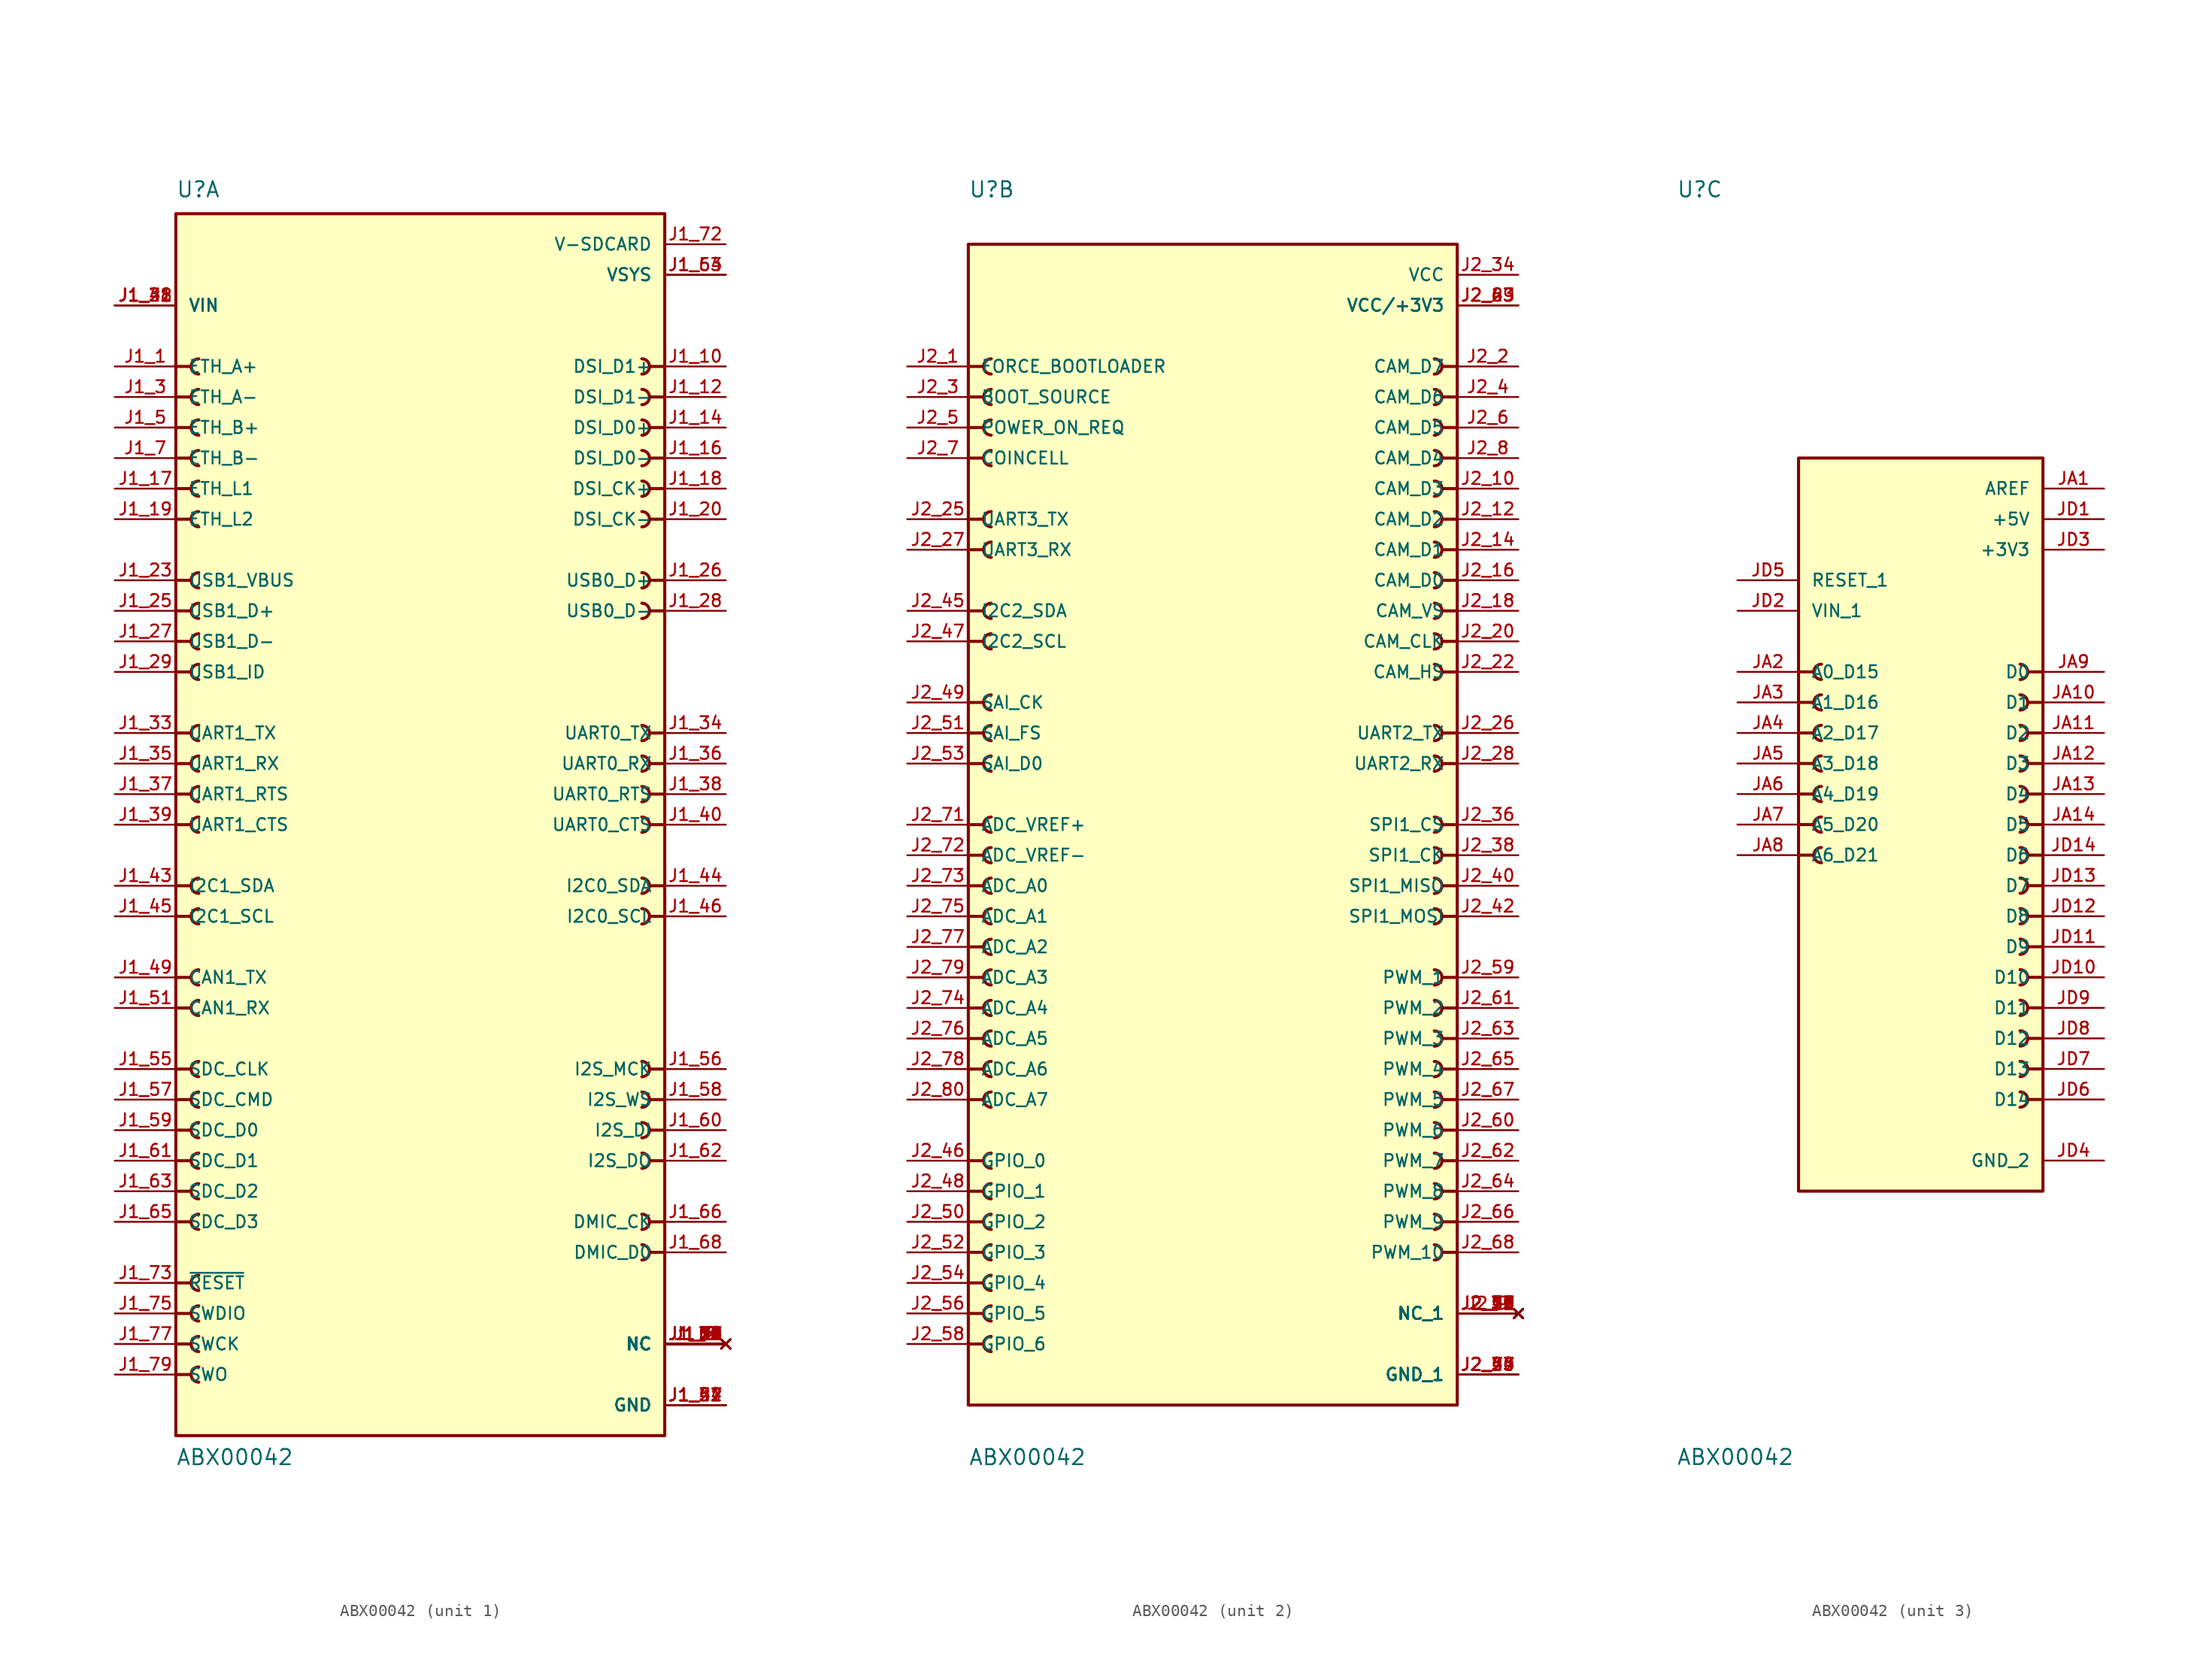
<source format=kicad_sym>
(kicad_symbol_lib
  (version 20211014)
  (generator kicad_symbol_editor)
  (symbol "ABX00042"
    (pin_names
      (offset 1.016))
    (property "Reference" "U"
      (at -20.32 52.07 0)
      (effects (font (size 1.27 1.27)) (justify bottom left)))
    (property "Value" "ABX00042"
      (at -20.32 -53.34 0)
      (effects (font (size 1.27 1.27)) (justify bottom left)))
    (symbol "ABX00042_1_0"
      (polyline (pts (xy 20.32 38.1) (xy 19.05 38.1)) (stroke (width 0.254)))
      (arc (start 18.415 37.465) (mid 19.05 38.1) (end 18.415 38.735) (stroke (width 0.254) (type default) (color 0 0 0 0)) (fill (type none)))
      (polyline (pts (xy 20.32 35.56) (xy 19.05 35.56)) (stroke (width 0.254)))
      (arc (start 18.415 34.925) (mid 19.05 35.56) (end 18.415 36.195) (stroke (width 0.254) (type default) (color 0 0 0 0)) (fill (type none)))
      (polyline (pts (xy 20.32 33.02) (xy 19.05 33.02)) (stroke (width 0.254)))
      (arc (start 18.415 32.385) (mid 19.05 33.02) (end 18.415 33.655) (stroke (width 0.254) (type default) (color 0 0 0 0)) (fill (type none)))
      (polyline (pts (xy 20.32 30.48) (xy 19.05 30.48)) (stroke (width 0.254)))
      (arc (start 18.415 29.845) (mid 19.05 30.48) (end 18.415 31.115) (stroke (width 0.254) (type default) (color 0 0 0 0)) (fill (type none)))
      (polyline (pts (xy 20.32 27.94) (xy 19.05 27.94)) (stroke (width 0.254)))
      (arc (start 18.415 27.305) (mid 19.05 27.94) (end 18.415 28.575) (stroke (width 0.254) (type default) (color 0 0 0 0)) (fill (type none)))
      (polyline (pts (xy 20.32 25.4) (xy 19.05 25.4)) (stroke (width 0.254)))
      (arc (start 18.415 24.765) (mid 19.05 25.4) (end 18.415 26.035) (stroke (width 0.254) (type default) (color 0 0 0 0)) (fill (type none)))
      (polyline (pts (xy -20.32 27.94) (xy -19.05 27.94)) (stroke (width 0.254)))
      (arc (start -18.415 28.575) (mid -19.05 27.94) (end -18.415 27.305) (stroke (width 0.254) (type default) (color 0 0 0 0)) (fill (type none)))
      (polyline (pts (xy -20.32 30.48) (xy -19.05 30.48)) (stroke (width 0.254)))
      (arc (start -18.415 31.115) (mid -19.05 30.48) (end -18.415 29.845) (stroke (width 0.254) (type default) (color 0 0 0 0)) (fill (type none)))
      (polyline (pts (xy -20.32 33.02) (xy -19.05 33.02)) (stroke (width 0.254)))
      (arc (start -18.415 33.655) (mid -19.05 33.02) (end -18.415 32.385) (stroke (width 0.254) (type default) (color 0 0 0 0)) (fill (type none)))
      (polyline (pts (xy -20.32 35.56) (xy -19.05 35.56)) (stroke (width 0.254)))
      (arc (start -18.415 36.195) (mid -19.05 35.56) (end -18.415 34.925) (stroke (width 0.254) (type default) (color 0 0 0 0)) (fill (type none)))
      (polyline (pts (xy -20.32 38.1) (xy -19.05 38.1)) (stroke (width 0.254)))
      (arc (start -18.415 38.735) (mid -19.05 38.1) (end -18.415 37.465) (stroke (width 0.254) (type default) (color 0 0 0 0)) (fill (type none)))
      (polyline (pts (xy -20.32 0.0) (xy -19.05 0.0)) (stroke (width 0.254)))
      (arc (start -18.415 0.635) (mid -19.05 -0.0) (end -18.415 -0.635) (stroke (width 0.254) (type default) (color 0 0 0 0)) (fill (type none)))
      (polyline (pts (xy -20.32 2.54) (xy -19.05 2.54)) (stroke (width 0.254)))
      (arc (start -18.415 3.175) (mid -19.05 2.54) (end -18.415 1.905) (stroke (width 0.254) (type default) (color 0 0 0 0)) (fill (type none)))
      (polyline (pts (xy -20.32 5.08) (xy -19.05 5.08)) (stroke (width 0.254)))
      (arc (start -18.415 5.715) (mid -19.05 5.08) (end -18.415 4.445) (stroke (width 0.254) (type default) (color 0 0 0 0)) (fill (type none)))
      (polyline (pts (xy -20.32 7.62) (xy -19.05 7.62)) (stroke (width 0.254)))
      (arc (start -18.415 8.255) (mid -19.05 7.62) (end -18.415 6.985) (stroke (width 0.254) (type default) (color 0 0 0 0)) (fill (type none)))
      (polyline (pts (xy -20.32 12.7) (xy -19.05 12.7)) (stroke (width 0.254)))
      (arc (start -18.415 13.335) (mid -19.05 12.7) (end -18.415 12.065) (stroke (width 0.254) (type default) (color 0 0 0 0)) (fill (type none)))
      (polyline (pts (xy -20.32 15.24) (xy -19.05 15.24)) (stroke (width 0.254)))
      (arc (start -18.415 15.875) (mid -19.05 15.24) (end -18.415 14.605) (stroke (width 0.254) (type default) (color 0 0 0 0)) (fill (type none)))
      (polyline (pts (xy -20.32 17.78) (xy -19.05 17.78)) (stroke (width 0.254)))
      (arc (start -18.415 18.415) (mid -19.05 17.78) (end -18.415 17.145) (stroke (width 0.254) (type default) (color 0 0 0 0)) (fill (type none)))
      (polyline (pts (xy -20.32 20.32) (xy -19.05 20.32)) (stroke (width 0.254)))
      (arc (start -18.415 20.955) (mid -19.05 20.32) (end -18.415 19.685) (stroke (width 0.254) (type default) (color 0 0 0 0)) (fill (type none)))
      (polyline (pts (xy -20.32 25.4) (xy -19.05 25.4)) (stroke (width 0.254)))
      (arc (start -18.415 26.035) (mid -19.05 25.4) (end -18.415 24.765) (stroke (width 0.254) (type default) (color 0 0 0 0)) (fill (type none)))
      (polyline (pts (xy -20.32 -30.48) (xy -19.05 -30.48)) (stroke (width 0.254)))
      (arc (start -18.415 -29.845) (mid -19.05 -30.48) (end -18.415 -31.115) (stroke (width 0.254) (type default) (color 0 0 0 0)) (fill (type none)))
      (polyline (pts (xy -20.32 -27.94) (xy -19.05 -27.94)) (stroke (width 0.254)))
      (arc (start -18.415 -27.305) (mid -19.05 -27.94) (end -18.415 -28.575) (stroke (width 0.254) (type default) (color 0 0 0 0)) (fill (type none)))
      (polyline (pts (xy -20.32 -25.4) (xy -19.05 -25.4)) (stroke (width 0.254)))
      (arc (start -18.415 -24.765) (mid -19.05 -25.4) (end -18.415 -26.035) (stroke (width 0.254) (type default) (color 0 0 0 0)) (fill (type none)))
      (polyline (pts (xy -20.32 -22.86) (xy -19.05 -22.86)) (stroke (width 0.254)))
      (arc (start -18.415 -22.225) (mid -19.05 -22.86) (end -18.415 -23.495) (stroke (width 0.254) (type default) (color 0 0 0 0)) (fill (type none)))
      (polyline (pts (xy -20.32 -20.32) (xy -19.05 -20.32)) (stroke (width 0.254)))
      (arc (start -18.415 -19.685) (mid -19.05 -20.32) (end -18.415 -20.955) (stroke (width 0.254) (type default) (color 0 0 0 0)) (fill (type none)))
      (polyline (pts (xy -20.32 -15.24) (xy -19.05 -15.24)) (stroke (width 0.254)))
      (arc (start -18.415 -14.605) (mid -19.05 -15.24) (end -18.415 -15.875) (stroke (width 0.254) (type default) (color 0 0 0 0)) (fill (type none)))
      (polyline (pts (xy -20.32 -12.7) (xy -19.05 -12.7)) (stroke (width 0.254)))
      (arc (start -18.415 -12.065) (mid -19.05 -12.7) (end -18.415 -13.335) (stroke (width 0.254) (type default) (color 0 0 0 0)) (fill (type none)))
      (polyline (pts (xy -20.32 -7.62) (xy -19.05 -7.62)) (stroke (width 0.254)))
      (arc (start -18.415 -6.985) (mid -19.05 -7.62) (end -18.415 -8.255) (stroke (width 0.254) (type default) (color 0 0 0 0)) (fill (type none)))
      (polyline (pts (xy -20.32 -5.08) (xy -19.05 -5.08)) (stroke (width 0.254)))
      (arc (start -18.415 -4.445) (mid -19.05 -5.08) (end -18.415 -5.715) (stroke (width 0.254) (type default) (color 0 0 0 0)) (fill (type none)))
      (polyline (pts (xy 20.32 20.32) (xy 19.05 20.32)) (stroke (width 0.254)))
      (arc (start 18.415 19.685) (mid 19.05 20.32) (end 18.415 20.955) (stroke (width 0.254) (type default) (color 0 0 0 0)) (fill (type none)))
      (polyline (pts (xy 20.32 17.78) (xy 19.05 17.78)) (stroke (width 0.254)))
      (arc (start 18.415 17.145) (mid 19.05 17.78) (end 18.415 18.415) (stroke (width 0.254) (type default) (color 0 0 0 0)) (fill (type none)))
      (polyline (pts (xy 20.32 7.62) (xy 19.05 7.62)) (stroke (width 0.254)))
      (arc (start 18.415 6.985) (mid 19.05 7.62) (end 18.415 8.255) (stroke (width 0.254) (type default) (color 0 0 0 0)) (fill (type none)))
      (polyline (pts (xy 20.32 5.08) (xy 19.05 5.08)) (stroke (width 0.254)))
      (arc (start 18.415 4.445) (mid 19.05 5.08) (end 18.415 5.715) (stroke (width 0.254) (type default) (color 0 0 0 0)) (fill (type none)))
      (polyline (pts (xy 20.32 2.54) (xy 19.05 2.54)) (stroke (width 0.254)))
      (arc (start 18.415 1.905) (mid 19.05 2.54) (end 18.415 3.175) (stroke (width 0.254) (type default) (color 0 0 0 0)) (fill (type none)))
      (polyline (pts (xy 20.32 0.0) (xy 19.05 0.0)) (stroke (width 0.254)))
      (arc (start 18.415 -0.635) (mid 19.05 0.0) (end 18.415 0.635) (stroke (width 0.254) (type default) (color 0 0 0 0)) (fill (type none)))
      (polyline (pts (xy 20.32 -5.08) (xy 19.05 -5.08)) (stroke (width 0.254)))
      (arc (start 18.415 -5.715) (mid 19.05 -5.08) (end 18.415 -4.445) (stroke (width 0.254) (type default) (color 0 0 0 0)) (fill (type none)))
      (polyline (pts (xy 20.32 -7.62) (xy 19.05 -7.62)) (stroke (width 0.254)))
      (arc (start 18.415 -8.255) (mid 19.05 -7.62) (end 18.415 -6.985) (stroke (width 0.254) (type default) (color 0 0 0 0)) (fill (type none)))
      (polyline (pts (xy 20.32 -20.32) (xy 19.05 -20.32)) (stroke (width 0.254)))
      (arc (start 18.415 -20.955) (mid 19.05 -20.32) (end 18.415 -19.685) (stroke (width 0.254) (type default) (color 0 0 0 0)) (fill (type none)))
      (polyline (pts (xy 20.32 -22.86) (xy 19.05 -22.86)) (stroke (width 0.254)))
      (arc (start 18.415 -23.495) (mid 19.05 -22.86) (end 18.415 -22.225) (stroke (width 0.254) (type default) (color 0 0 0 0)) (fill (type none)))
      (polyline (pts (xy 20.32 -25.4) (xy 19.05 -25.4)) (stroke (width 0.254)))
      (arc (start 18.415 -26.035) (mid 19.05 -25.4) (end 18.415 -24.765) (stroke (width 0.254) (type default) (color 0 0 0 0)) (fill (type none)))
      (polyline (pts (xy 20.32 -27.94) (xy 19.05 -27.94)) (stroke (width 0.254)))
      (arc (start 18.415 -28.575) (mid 19.05 -27.94) (end 18.415 -27.305) (stroke (width 0.254) (type default) (color 0 0 0 0)) (fill (type none)))
      (polyline (pts (xy 20.32 -33.02) (xy 19.05 -33.02)) (stroke (width 0.254)))
      (arc (start 18.415 -33.655) (mid 19.05 -33.02) (end 18.415 -32.385) (stroke (width 0.254) (type default) (color 0 0 0 0)) (fill (type none)))
      (polyline (pts (xy 20.32 -35.56) (xy 19.05 -35.56)) (stroke (width 0.254)))
      (arc (start 18.415 -36.195) (mid 19.05 -35.56) (end 18.415 -34.925) (stroke (width 0.254) (type default) (color 0 0 0 0)) (fill (type none)))
      (polyline (pts (xy -20.32 -43.18) (xy -19.05 -43.18)) (stroke (width 0.254)))
      (arc (start -18.415 -42.545) (mid -19.05 -43.18) (end -18.415 -43.815) (stroke (width 0.254) (type default) (color 0 0 0 0)) (fill (type none)))
      (polyline (pts (xy -20.32 -40.64) (xy -19.05 -40.64)) (stroke (width 0.254)))
      (arc (start -18.415 -40.005) (mid -19.05 -40.64) (end -18.415 -41.275) (stroke (width 0.254) (type default) (color 0 0 0 0)) (fill (type none)))
      (polyline (pts (xy -20.32 -38.1) (xy -19.05 -38.1)) (stroke (width 0.254)))
      (arc (start -18.415 -37.465) (mid -19.05 -38.1) (end -18.415 -38.735) (stroke (width 0.254) (type default) (color 0 0 0 0)) (fill (type none)))
      (polyline (pts (xy -20.32 -33.02) (xy -19.05 -33.02)) (stroke (width 0.254)))
      (arc (start -18.415 -32.385) (mid -19.05 -33.02) (end -18.415 -33.655) (stroke (width 0.254) (type default) (color 0 0 0 0)) (fill (type none)))
      (polyline (pts (xy -20.32 -45.72) (xy -19.05 -45.72)) (stroke (width 0.254)))
      (arc (start -18.415 -45.085) (mid -19.05 -45.72) (end -18.415 -46.355) (stroke (width 0.254) (type default) (color 0 0 0 0)) (fill (type none)))
      (rectangle (start -20.32 -50.8) (end 20.32 50.8) (stroke (width 0.254)) (fill (type background)))
      (pin input line (at -25.4 38.1 0) (length 5.08) (name "ETH_A+" (effects (font (size 1.016 1.016)))) (number "J1_1" (effects (font (size 1.016 1.016)))))
      (pin input line (at -25.4 35.56 0) (length 5.08) (name "ETH_A-" (effects (font (size 1.016 1.016)))) (number "J1_3" (effects (font (size 1.016 1.016)))))
      (pin input line (at -25.4 33.02 0) (length 5.08) (name "ETH_B+" (effects (font (size 1.016 1.016)))) (number "J1_5" (effects (font (size 1.016 1.016)))))
      (pin input line (at -25.4 30.48 0) (length 5.08) (name "ETH_B-" (effects (font (size 1.016 1.016)))) (number "J1_7" (effects (font (size 1.016 1.016)))))
      (pin bidirectional line (at 25.4 38.1 180.0) (length 5.08) (name "DSI_D1+" (effects (font (size 1.016 1.016)))) (number "J1_10" (effects (font (size 1.016 1.016)))))
      (pin bidirectional line (at 25.4 35.56 180.0) (length 5.08) (name "DSI_D1-" (effects (font (size 1.016 1.016)))) (number "J1_12" (effects (font (size 1.016 1.016)))))
      (pin bidirectional line (at 25.4 33.02 180.0) (length 5.08) (name "DSI_D0+" (effects (font (size 1.016 1.016)))) (number "J1_14" (effects (font (size 1.016 1.016)))))
      (pin bidirectional line (at 25.4 30.48 180.0) (length 5.08) (name "DSI_D0-" (effects (font (size 1.016 1.016)))) (number "J1_16" (effects (font (size 1.016 1.016)))))
      (pin output line (at -25.4 27.94 0) (length 5.08) (name "ETH_L1" (effects (font (size 1.016 1.016)))) (number "J1_17" (effects (font (size 1.016 1.016)))))
      (pin bidirectional line (at 25.4 27.94 180.0) (length 5.08) (name "DSI_CK+" (effects (font (size 1.016 1.016)))) (number "J1_18" (effects (font (size 1.016 1.016)))))
      (pin output line (at -25.4 25.4 0) (length 5.08) (name "ETH_L2" (effects (font (size 1.016 1.016)))) (number "J1_19" (effects (font (size 1.016 1.016)))))
      (pin bidirectional line (at 25.4 25.4 180.0) (length 5.08) (name "DSI_CK-" (effects (font (size 1.016 1.016)))) (number "J1_20" (effects (font (size 1.016 1.016)))))
      (pin input line (at -25.4 43.18 0) (length 5.08) (name "VIN" (effects (font (size 1.016 1.016)))) (number "J1_21" (effects (font (size 1.016 1.016)))))
      (pin input line (at -25.4 43.18 0) (length 5.08) (name "VIN" (effects (font (size 1.016 1.016)))) (number "J1_32" (effects (font (size 1.016 1.016)))))
      (pin input line (at -25.4 43.18 0) (length 5.08) (name "VIN" (effects (font (size 1.016 1.016)))) (number "J1_41" (effects (font (size 1.016 1.016)))))
      (pin input line (at -25.4 43.18 0) (length 5.08) (name "VIN" (effects (font (size 1.016 1.016)))) (number "J1_48" (effects (font (size 1.016 1.016)))))
      (pin power_in line (at -25.4 20.32 0) (length 5.08) (name "USB1_VBUS" (effects (font (size 1.016 1.016)))) (number "J1_23" (effects (font (size 1.016 1.016)))))
      (pin bidirectional line (at -25.4 17.78 0) (length 5.08) (name "USB1_D+" (effects (font (size 1.016 1.016)))) (number "J1_25" (effects (font (size 1.016 1.016)))))
      (pin bidirectional line (at -25.4 15.24 0) (length 5.08) (name "USB1_D-" (effects (font (size 1.016 1.016)))) (number "J1_27" (effects (font (size 1.016 1.016)))))
      (pin bidirectional line (at -25.4 12.7 0) (length 5.08) (name "USB1_ID" (effects (font (size 1.016 1.016)))) (number "J1_29" (effects (font (size 1.016 1.016)))))
      (pin power_in line (at 25.4 -48.26 180.0) (length 5.08) (name "GND" (effects (font (size 1.016 1.016)))) (number "J1_22" (effects (font (size 1.016 1.016)))))
      (pin power_in line (at 25.4 -48.26 180.0) (length 5.08) (name "GND" (effects (font (size 1.016 1.016)))) (number "J1_31" (effects (font (size 1.016 1.016)))))
      (pin power_in line (at 25.4 -48.26 180.0) (length 5.08) (name "GND" (effects (font (size 1.016 1.016)))) (number "J1_42" (effects (font (size 1.016 1.016)))))
      (pin power_in line (at 25.4 -48.26 180.0) (length 5.08) (name "GND" (effects (font (size 1.016 1.016)))) (number "J1_47" (effects (font (size 1.016 1.016)))))
      (pin power_in line (at 25.4 -48.26 180.0) (length 5.08) (name "GND" (effects (font (size 1.016 1.016)))) (number "J1_54" (effects (font (size 1.016 1.016)))))
      (pin output line (at -25.4 7.62 0) (length 5.08) (name "UART1_TX" (effects (font (size 1.016 1.016)))) (number "J1_33" (effects (font (size 1.016 1.016)))))
      (pin input line (at -25.4 5.08 0) (length 5.08) (name "UART1_RX" (effects (font (size 1.016 1.016)))) (number "J1_35" (effects (font (size 1.016 1.016)))))
      (pin bidirectional line (at -25.4 2.54 0) (length 5.08) (name "UART1_RTS" (effects (font (size 1.016 1.016)))) (number "J1_37" (effects (font (size 1.016 1.016)))))
      (pin bidirectional line (at -25.4 0.0 0) (length 5.08) (name "UART1_CTS" (effects (font (size 1.016 1.016)))) (number "J1_39" (effects (font (size 1.016 1.016)))))
      (pin bidirectional line (at -25.4 -5.08 0) (length 5.08) (name "I2C1_SDA" (effects (font (size 1.016 1.016)))) (number "J1_43" (effects (font (size 1.016 1.016)))))
      (pin input line (at -25.4 -7.62 0) (length 5.08) (name "I2C1_SCL" (effects (font (size 1.016 1.016)))) (number "J1_45" (effects (font (size 1.016 1.016)))))
      (pin output line (at -25.4 -12.7 0) (length 5.08) (name "CAN1_TX" (effects (font (size 1.016 1.016)))) (number "J1_49" (effects (font (size 1.016 1.016)))))
      (pin input line (at -25.4 -15.24 0) (length 5.08) (name "CAN1_RX" (effects (font (size 1.016 1.016)))) (number "J1_51" (effects (font (size 1.016 1.016)))))
      (pin power_in line (at 25.4 45.72 180.0) (length 5.08) (name "VSYS" (effects (font (size 1.016 1.016)))) (number "J1_53" (effects (font (size 1.016 1.016)))))
      (pin power_in line (at 25.4 45.72 180.0) (length 5.08) (name "VSYS" (effects (font (size 1.016 1.016)))) (number "J1_64" (effects (font (size 1.016 1.016)))))
      (pin input line (at -25.4 -20.32 0) (length 5.08) (name "SDC_CLK" (effects (font (size 1.016 1.016)))) (number "J1_55" (effects (font (size 1.016 1.016)))))
      (pin input line (at -25.4 -22.86 0) (length 5.08) (name "SDC_CMD" (effects (font (size 1.016 1.016)))) (number "J1_57" (effects (font (size 1.016 1.016)))))
      (pin bidirectional line (at -25.4 -25.4 0) (length 5.08) (name "SDC_D0" (effects (font (size 1.016 1.016)))) (number "J1_59" (effects (font (size 1.016 1.016)))))
      (pin bidirectional line (at 25.4 20.32 180.0) (length 5.08) (name "USB0_D+" (effects (font (size 1.016 1.016)))) (number "J1_26" (effects (font (size 1.016 1.016)))))
      (pin bidirectional line (at 25.4 17.78 180.0) (length 5.08) (name "USB0_D-" (effects (font (size 1.016 1.016)))) (number "J1_28" (effects (font (size 1.016 1.016)))))
      (pin output line (at 25.4 7.62 180.0) (length 5.08) (name "UART0_TX" (effects (font (size 1.016 1.016)))) (number "J1_34" (effects (font (size 1.016 1.016)))))
      (pin input line (at 25.4 5.08 180.0) (length 5.08) (name "UART0_RX" (effects (font (size 1.016 1.016)))) (number "J1_36" (effects (font (size 1.016 1.016)))))
      (pin bidirectional line (at 25.4 2.54 180.0) (length 5.08) (name "UART0_RTS" (effects (font (size 1.016 1.016)))) (number "J1_38" (effects (font (size 1.016 1.016)))))
      (pin bidirectional line (at 25.4 0.0 180.0) (length 5.08) (name "UART0_CTS" (effects (font (size 1.016 1.016)))) (number "J1_40" (effects (font (size 1.016 1.016)))))
      (pin bidirectional line (at 25.4 -5.08 180.0) (length 5.08) (name "I2C0_SDA" (effects (font (size 1.016 1.016)))) (number "J1_44" (effects (font (size 1.016 1.016)))))
      (pin input line (at 25.4 -7.62 180.0) (length 5.08) (name "I2C0_SCL" (effects (font (size 1.016 1.016)))) (number "J1_46" (effects (font (size 1.016 1.016)))))
      (pin bidirectional line (at 25.4 -20.32 180.0) (length 5.08) (name "I2S_MCK" (effects (font (size 1.016 1.016)))) (number "J1_56" (effects (font (size 1.016 1.016)))))
      (pin bidirectional line (at 25.4 -22.86 180.0) (length 5.08) (name "I2S_WS" (effects (font (size 1.016 1.016)))) (number "J1_58" (effects (font (size 1.016 1.016)))))
      (pin input line (at 25.4 -25.4 180.0) (length 5.08) (name "I2S_DI" (effects (font (size 1.016 1.016)))) (number "J1_60" (effects (font (size 1.016 1.016)))))
      (pin output line (at 25.4 -27.94 180.0) (length 5.08) (name "I2S_DO" (effects (font (size 1.016 1.016)))) (number "J1_62" (effects (font (size 1.016 1.016)))))
      (pin bidirectional line (at 25.4 -33.02 180.0) (length 5.08) (name "DMIC_CK" (effects (font (size 1.016 1.016)))) (number "J1_66" (effects (font (size 1.016 1.016)))))
      (pin bidirectional line (at 25.4 -35.56 180.0) (length 5.08) (name "DMIC_D0" (effects (font (size 1.016 1.016)))) (number "J1_68" (effects (font (size 1.016 1.016)))))
      (pin power_in line (at 25.4 48.26 180.0) (length 5.08) (name "V-SDCARD" (effects (font (size 1.016 1.016)))) (number "J1_72" (effects (font (size 1.016 1.016)))))
      (pin bidirectional line (at -25.4 -27.94 0) (length 5.08) (name "SDC_D1" (effects (font (size 1.016 1.016)))) (number "J1_61" (effects (font (size 1.016 1.016)))))
      (pin bidirectional line (at -25.4 -30.48 0) (length 5.08) (name "SDC_D2" (effects (font (size 1.016 1.016)))) (number "J1_63" (effects (font (size 1.016 1.016)))))
      (pin bidirectional line (at -25.4 -33.02 0) (length 5.08) (name "SDC_D3" (effects (font (size 1.016 1.016)))) (number "J1_65" (effects (font (size 1.016 1.016)))))
      (pin input line (at -25.4 -38.1 0) (length 5.08) (name "~{RESET}" (effects (font (size 1.016 1.016)))) (number "J1_73" (effects (font (size 1.016 1.016)))))
      (pin bidirectional line (at -25.4 -40.64 0) (length 5.08) (name "SWDIO" (effects (font (size 1.016 1.016)))) (number "J1_75" (effects (font (size 1.016 1.016)))))
      (pin input line (at -25.4 -43.18 0) (length 5.08) (name "SWCK" (effects (font (size 1.016 1.016)))) (number "J1_77" (effects (font (size 1.016 1.016)))))
      (pin output line (at -25.4 -45.72 0) (length 5.08) (name "SWO" (effects (font (size 1.016 1.016)))) (number "J1_79" (effects (font (size 1.016 1.016)))))
      (pin no_connect line (at 25.4 -43.18 180.0) (length 5.08) (name "NC" (effects (font (size 1.016 1.016)))) (number "J1_2" (effects (font (size 1.016 1.016)))))
      (pin no_connect line (at 25.4 -43.18 180.0) (length 5.08) (name "NC" (effects (font (size 1.016 1.016)))) (number "J1_4" (effects (font (size 1.016 1.016)))))
      (pin no_connect line (at 25.4 -43.18 180.0) (length 5.08) (name "NC" (effects (font (size 1.016 1.016)))) (number "J1_6" (effects (font (size 1.016 1.016)))))
      (pin no_connect line (at 25.4 -43.18 180.0) (length 5.08) (name "NC" (effects (font (size 1.016 1.016)))) (number "J1_8" (effects (font (size 1.016 1.016)))))
      (pin no_connect line (at 25.4 -43.18 180.0) (length 5.08) (name "NC" (effects (font (size 1.016 1.016)))) (number "J1_9" (effects (font (size 1.016 1.016)))))
      (pin no_connect line (at 25.4 -43.18 180.0) (length 5.08) (name "NC" (effects (font (size 1.016 1.016)))) (number "J1_11" (effects (font (size 1.016 1.016)))))
      (pin no_connect line (at 25.4 -43.18 180.0) (length 5.08) (name "NC" (effects (font (size 1.016 1.016)))) (number "J1_13" (effects (font (size 1.016 1.016)))))
      (pin no_connect line (at 25.4 -43.18 180.0) (length 5.08) (name "NC" (effects (font (size 1.016 1.016)))) (number "J1_15" (effects (font (size 1.016 1.016)))))
      (pin no_connect line (at 25.4 -43.18 180.0) (length 5.08) (name "NC" (effects (font (size 1.016 1.016)))) (number "J1_24" (effects (font (size 1.016 1.016)))))
      (pin no_connect line (at 25.4 -43.18 180.0) (length 5.08) (name "NC" (effects (font (size 1.016 1.016)))) (number "J1_30" (effects (font (size 1.016 1.016)))))
      (pin no_connect line (at 25.4 -43.18 180.0) (length 5.08) (name "NC" (effects (font (size 1.016 1.016)))) (number "J1_50" (effects (font (size 1.016 1.016)))))
      (pin no_connect line (at 25.4 -43.18 180.0) (length 5.08) (name "NC" (effects (font (size 1.016 1.016)))) (number "J1_52" (effects (font (size 1.016 1.016)))))
      (pin no_connect line (at 25.4 -43.18 180.0) (length 5.08) (name "NC" (effects (font (size 1.016 1.016)))) (number "J1_67" (effects (font (size 1.016 1.016)))))
      (pin no_connect line (at 25.4 -43.18 180.0) (length 5.08) (name "NC" (effects (font (size 1.016 1.016)))) (number "J1_69" (effects (font (size 1.016 1.016)))))
      (pin no_connect line (at 25.4 -43.18 180.0) (length 5.08) (name "NC" (effects (font (size 1.016 1.016)))) (number "J1_70" (effects (font (size 1.016 1.016)))))
      (pin no_connect line (at 25.4 -43.18 180.0) (length 5.08) (name "NC" (effects (font (size 1.016 1.016)))) (number "J1_71" (effects (font (size 1.016 1.016)))))
      (pin no_connect line (at 25.4 -43.18 180.0) (length 5.08) (name "NC" (effects (font (size 1.016 1.016)))) (number "J1_74" (effects (font (size 1.016 1.016)))))
      (pin no_connect line (at 25.4 -43.18 180.0) (length 5.08) (name "NC" (effects (font (size 1.016 1.016)))) (number "J1_76" (effects (font (size 1.016 1.016)))))
      (pin no_connect line (at 25.4 -43.18 180.0) (length 5.08) (name "NC" (effects (font (size 1.016 1.016)))) (number "J1_78" (effects (font (size 1.016 1.016)))))
      (pin no_connect line (at 25.4 -43.18 180.0) (length 5.08) (name "NC" (effects (font (size 1.016 1.016)))) (number "J1_80" (effects (font (size 1.016 1.016))))))
    (symbol "ABX00042_2_0"
      (polyline (pts (xy 20.32 38.1) (xy 19.05 38.1)) (stroke (width 0.254)))
      (arc (start 18.415 37.465) (mid 19.05 38.1) (end 18.415 38.735) (stroke (width 0.254) (type default) (color 0 0 0 0)) (fill (type none)))
      (polyline (pts (xy 20.32 35.56) (xy 19.05 35.56)) (stroke (width 0.254)))
      (arc (start 18.415 34.925) (mid 19.05 35.56) (end 18.415 36.195) (stroke (width 0.254) (type default) (color 0 0 0 0)) (fill (type none)))
      (polyline (pts (xy 20.32 33.02) (xy 19.05 33.02)) (stroke (width 0.254)))
      (arc (start 18.415 32.385) (mid 19.05 33.02) (end 18.415 33.655) (stroke (width 0.254) (type default) (color 0 0 0 0)) (fill (type none)))
      (polyline (pts (xy 20.32 30.48) (xy 19.05 30.48)) (stroke (width 0.254)))
      (arc (start 18.415 29.845) (mid 19.05 30.48) (end 18.415 31.115) (stroke (width 0.254) (type default) (color 0 0 0 0)) (fill (type none)))
      (polyline (pts (xy 20.32 27.94) (xy 19.05 27.94)) (stroke (width 0.254)))
      (arc (start 18.415 27.305) (mid 19.05 27.94) (end 18.415 28.575) (stroke (width 0.254) (type default) (color 0 0 0 0)) (fill (type none)))
      (polyline (pts (xy 20.32 25.4) (xy 19.05 25.4)) (stroke (width 0.254)))
      (arc (start 18.415 24.765) (mid 19.05 25.4) (end 18.415 26.035) (stroke (width 0.254) (type default) (color 0 0 0 0)) (fill (type none)))
      (polyline (pts (xy 20.32 22.86) (xy 19.05 22.86)) (stroke (width 0.254)))
      (arc (start 18.415 22.225) (mid 19.05 22.86) (end 18.415 23.495) (stroke (width 0.254) (type default) (color 0 0 0 0)) (fill (type none)))
      (polyline (pts (xy 20.32 20.32) (xy 19.05 20.32)) (stroke (width 0.254)))
      (arc (start 18.415 19.685) (mid 19.05 20.32) (end 18.415 20.955) (stroke (width 0.254) (type default) (color 0 0 0 0)) (fill (type none)))
      (polyline (pts (xy 20.32 17.78) (xy 19.05 17.78)) (stroke (width 0.254)))
      (arc (start 18.415 17.145) (mid 19.05 17.78) (end 18.415 18.415) (stroke (width 0.254) (type default) (color 0 0 0 0)) (fill (type none)))
      (polyline (pts (xy 20.32 15.24) (xy 19.05 15.24)) (stroke (width 0.254)))
      (arc (start 18.415 14.605) (mid 19.05 15.24) (end 18.415 15.875) (stroke (width 0.254) (type default) (color 0 0 0 0)) (fill (type none)))
      (polyline (pts (xy -20.32 30.48) (xy -19.05 30.48)) (stroke (width 0.254)))
      (arc (start -18.415 31.115) (mid -19.05 30.48) (end -18.415 29.845) (stroke (width 0.254) (type default) (color 0 0 0 0)) (fill (type none)))
      (polyline (pts (xy -20.32 33.02) (xy -19.05 33.02)) (stroke (width 0.254)))
      (arc (start -18.415 33.655) (mid -19.05 33.02) (end -18.415 32.385) (stroke (width 0.254) (type default) (color 0 0 0 0)) (fill (type none)))
      (polyline (pts (xy -20.32 35.56) (xy -19.05 35.56)) (stroke (width 0.254)))
      (arc (start -18.415 36.195) (mid -19.05 35.56) (end -18.415 34.925) (stroke (width 0.254) (type default) (color 0 0 0 0)) (fill (type none)))
      (polyline (pts (xy -20.32 38.1) (xy -19.05 38.1)) (stroke (width 0.254)))
      (arc (start -18.415 38.735) (mid -19.05 38.1) (end -18.415 37.465) (stroke (width 0.254) (type default) (color 0 0 0 0)) (fill (type none)))
      (polyline (pts (xy -20.32 22.86) (xy -19.05 22.86)) (stroke (width 0.254)))
      (arc (start -18.415 23.495) (mid -19.05 22.86) (end -18.415 22.225) (stroke (width 0.254) (type default) (color 0 0 0 0)) (fill (type none)))
      (polyline (pts (xy -20.32 25.4) (xy -19.05 25.4)) (stroke (width 0.254)))
      (arc (start -18.415 26.035) (mid -19.05 25.4) (end -18.415 24.765) (stroke (width 0.254) (type default) (color 0 0 0 0)) (fill (type none)))
      (polyline (pts (xy 20.32 -12.7) (xy 19.05 -12.7)) (stroke (width 0.254)))
      (arc (start 18.415 -12.065) (mid 19.05 -12.7) (end 18.415 -13.335) (stroke (width 0.254) (type default) (color 0 0 0 0)) (fill (type none)))
      (polyline (pts (xy -20.32 5.08) (xy -19.05 5.08)) (stroke (width 0.254)))
      (arc (start -18.415 5.715) (mid -19.05 5.08) (end -18.415 4.445) (stroke (width 0.254) (type default) (color 0 0 0 0)) (fill (type none)))
      (polyline (pts (xy -20.32 7.62) (xy -19.05 7.62)) (stroke (width 0.254)))
      (arc (start -18.415 8.255) (mid -19.05 7.62) (end -18.415 6.985) (stroke (width 0.254) (type default) (color 0 0 0 0)) (fill (type none)))
      (polyline (pts (xy -20.32 10.16) (xy -19.05 10.16)) (stroke (width 0.254)))
      (arc (start -18.415 10.795) (mid -19.05 10.16) (end -18.415 9.525) (stroke (width 0.254) (type default) (color 0 0 0 0)) (fill (type none)))
      (polyline (pts (xy -20.32 15.24) (xy -19.05 15.24)) (stroke (width 0.254)))
      (arc (start -18.415 15.875) (mid -19.05 15.24) (end -18.415 14.605) (stroke (width 0.254) (type default) (color 0 0 0 0)) (fill (type none)))
      (polyline (pts (xy -20.32 17.78) (xy -19.05 17.78)) (stroke (width 0.254)))
      (arc (start -18.415 18.415) (mid -19.05 17.78) (end -18.415 17.145) (stroke (width 0.254) (type default) (color 0 0 0 0)) (fill (type none)))
      (polyline (pts (xy 20.32 12.7) (xy 19.05 12.7)) (stroke (width 0.254)))
      (arc (start 18.415 12.065) (mid 19.05 12.7) (end 18.415 13.335) (stroke (width 0.254) (type default) (color 0 0 0 0)) (fill (type none)))
      (polyline (pts (xy 20.32 7.62) (xy 19.05 7.62)) (stroke (width 0.254)))
      (arc (start 18.415 6.985) (mid 19.05 7.62) (end 18.415 8.255) (stroke (width 0.254) (type default) (color 0 0 0 0)) (fill (type none)))
      (polyline (pts (xy 20.32 5.08) (xy 19.05 5.08)) (stroke (width 0.254)))
      (arc (start 18.415 4.445) (mid 19.05 5.08) (end 18.415 5.715) (stroke (width 0.254) (type default) (color 0 0 0 0)) (fill (type none)))
      (polyline (pts (xy 20.32 0.0) (xy 19.05 0.0)) (stroke (width 0.254)))
      (arc (start 18.415 -0.635) (mid 19.05 0.0) (end 18.415 0.635) (stroke (width 0.254) (type default) (color 0 0 0 0)) (fill (type none)))
      (polyline (pts (xy 20.32 -2.54) (xy 19.05 -2.54)) (stroke (width 0.254)))
      (arc (start 18.415 -3.175) (mid 19.05 -2.54) (end 18.415 -1.905) (stroke (width 0.254) (type default) (color 0 0 0 0)) (fill (type none)))
      (polyline (pts (xy 20.32 -5.08) (xy 19.05 -5.08)) (stroke (width 0.254)))
      (arc (start 18.415 -5.715) (mid 19.05 -5.08) (end 18.415 -4.445) (stroke (width 0.254) (type default) (color 0 0 0 0)) (fill (type none)))
      (polyline (pts (xy 20.32 -7.62) (xy 19.05 -7.62)) (stroke (width 0.254)))
      (arc (start 18.415 -8.255) (mid 19.05 -7.62) (end 18.415 -6.985) (stroke (width 0.254) (type default) (color 0 0 0 0)) (fill (type none)))
      (polyline (pts (xy -20.32 -27.94) (xy -19.05 -27.94)) (stroke (width 0.254)))
      (arc (start -18.415 -28.575) (mid -19.05 -27.94) (end -18.415 -27.305) (stroke (width 0.254) (type default) (color 0 0 0 0)) (fill (type none)))
      (polyline (pts (xy -20.32 -30.48) (xy -19.05 -30.48)) (stroke (width 0.254)))
      (arc (start -18.415 -31.115) (mid -19.05 -30.48) (end -18.415 -29.845) (stroke (width 0.254) (type default) (color 0 0 0 0)) (fill (type none)))
      (polyline (pts (xy -20.32 -33.02) (xy -19.05 -33.02)) (stroke (width 0.254)))
      (arc (start -18.415 -33.655) (mid -19.05 -33.02) (end -18.415 -32.385) (stroke (width 0.254) (type default) (color 0 0 0 0)) (fill (type none)))
      (polyline (pts (xy -20.32 -35.56) (xy -19.05 -35.56)) (stroke (width 0.254)))
      (arc (start -18.415 -36.195) (mid -19.05 -35.56) (end -18.415 -34.925) (stroke (width 0.254) (type default) (color 0 0 0 0)) (fill (type none)))
      (arc (start -18.415 -38.735) (mid -19.05 -38.1) (end -18.415 -37.465) (stroke (width 0.254) (type default) (color 0 0 0 0)) (fill (type none)))
      (polyline (pts (xy -20.32 -38.1) (xy -19.05 -38.1)) (stroke (width 0.254)))
      (polyline (pts (xy -20.32 -40.64) (xy -19.05 -40.64)) (stroke (width 0.254)))
      (arc (start -18.415 -41.275) (mid -19.05 -40.64) (end -18.415 -40.005) (stroke (width 0.254) (type default) (color 0 0 0 0)) (fill (type none)))
      (polyline (pts (xy 20.32 -25.4) (xy 19.05 -25.4)) (stroke (width 0.254)))
      (arc (start 18.415 -26.035) (mid 19.05 -25.4) (end 18.415 -24.765) (stroke (width 0.254) (type default) (color 0 0 0 0)) (fill (type none)))
      (polyline (pts (xy 20.32 -27.94) (xy 19.05 -27.94)) (stroke (width 0.254)))
      (arc (start 18.415 -28.575) (mid 19.05 -27.94) (end 18.415 -27.305) (stroke (width 0.254) (type default) (color 0 0 0 0)) (fill (type none)))
      (polyline (pts (xy 20.32 -30.48) (xy 19.05 -30.48)) (stroke (width 0.254)))
      (arc (start 18.415 -31.115) (mid 19.05 -30.48) (end 18.415 -29.845) (stroke (width 0.254) (type default) (color 0 0 0 0)) (fill (type none)))
      (polyline (pts (xy 20.32 -33.02) (xy 19.05 -33.02)) (stroke (width 0.254)))
      (arc (start 18.415 -33.655) (mid 19.05 -33.02) (end 18.415 -32.385) (stroke (width 0.254) (type default) (color 0 0 0 0)) (fill (type none)))
      (polyline (pts (xy 20.32 -35.56) (xy 19.05 -35.56)) (stroke (width 0.254)))
      (arc (start 18.415 -36.195) (mid 19.05 -35.56) (end 18.415 -34.925) (stroke (width 0.254) (type default) (color 0 0 0 0)) (fill (type none)))
      (polyline (pts (xy -20.32 -2.54) (xy -19.05 -2.54)) (stroke (width 0.254)))
      (arc (start -18.415 -3.175) (mid -19.05 -2.54) (end -18.415 -1.905) (stroke (width 0.254) (type default) (color 0 0 0 0)) (fill (type none)))
      (polyline (pts (xy -20.32 -15.24) (xy -19.05 -15.24)) (stroke (width 0.254)))
      (arc (start -18.415 -15.875) (mid -19.05 -15.24) (end -18.415 -14.605) (stroke (width 0.254) (type default) (color 0 0 0 0)) (fill (type none)))
      (polyline (pts (xy -20.32 -5.08) (xy -19.05 -5.08)) (stroke (width 0.254)))
      (arc (start -18.415 -4.445) (mid -19.05 -5.08) (end -18.415 -5.715) (stroke (width 0.254) (type default) (color 0 0 0 0)) (fill (type none)))
      (polyline (pts (xy -20.32 0.0) (xy -19.05 0.0)) (stroke (width 0.254)))
      (arc (start -18.415 0.635) (mid -19.05 -0.0) (end -18.415 -0.635) (stroke (width 0.254) (type default) (color 0 0 0 0)) (fill (type none)))
      (polyline (pts (xy 20.32 -22.86) (xy 19.05 -22.86)) (stroke (width 0.254)))
      (arc (start 18.415 -22.225) (mid 19.05 -22.86) (end 18.415 -23.495) (stroke (width 0.254) (type default) (color 0 0 0 0)) (fill (type none)))
      (polyline (pts (xy 20.32 -20.32) (xy 19.05 -20.32)) (stroke (width 0.254)))
      (arc (start 18.415 -19.685) (mid 19.05 -20.32) (end 18.415 -20.955) (stroke (width 0.254) (type default) (color 0 0 0 0)) (fill (type none)))
      (polyline (pts (xy 20.32 -17.78) (xy 19.05 -17.78)) (stroke (width 0.254)))
      (arc (start 18.415 -17.145) (mid 19.05 -17.78) (end 18.415 -18.415) (stroke (width 0.254) (type default) (color 0 0 0 0)) (fill (type none)))
      (polyline (pts (xy 20.32 -15.24) (xy 19.05 -15.24)) (stroke (width 0.254)))
      (arc (start 18.415 -14.605) (mid 19.05 -15.24) (end 18.415 -15.875) (stroke (width 0.254) (type default) (color 0 0 0 0)) (fill (type none)))
      (polyline (pts (xy -20.32 -17.78) (xy -19.05 -17.78)) (stroke (width 0.254)))
      (arc (start -18.415 -18.415) (mid -19.05 -17.78) (end -18.415 -17.145) (stroke (width 0.254) (type default) (color 0 0 0 0)) (fill (type none)))
      (polyline (pts (xy -20.32 -7.62) (xy -19.05 -7.62)) (stroke (width 0.254)))
      (arc (start -18.415 -6.985) (mid -19.05 -7.62) (end -18.415 -8.255) (stroke (width 0.254) (type default) (color 0 0 0 0)) (fill (type none)))
      (polyline (pts (xy -20.32 -10.16) (xy -19.05 -10.16)) (stroke (width 0.254)))
      (arc (start -18.415 -9.525) (mid -19.05 -10.16) (end -18.415 -10.795) (stroke (width 0.254) (type default) (color 0 0 0 0)) (fill (type none)))
      (polyline (pts (xy -20.32 -20.32) (xy -19.05 -20.32)) (stroke (width 0.254)))
      (arc (start -18.415 -20.955) (mid -19.05 -20.32) (end -18.415 -19.685) (stroke (width 0.254) (type default) (color 0 0 0 0)) (fill (type none)))
      (polyline (pts (xy -20.32 -12.7) (xy -19.05 -12.7)) (stroke (width 0.254)))
      (arc (start -18.415 -12.065) (mid -19.05 -12.7) (end -18.415 -13.335) (stroke (width 0.254) (type default) (color 0 0 0 0)) (fill (type none)))
      (polyline (pts (xy -20.32 -22.86) (xy -19.05 -22.86)) (stroke (width 0.254)))
      (arc (start -18.415 -23.495) (mid -19.05 -22.86) (end -18.415 -22.225) (stroke (width 0.254) (type default) (color 0 0 0 0)) (fill (type none)))
      (arc (start -19.05 -43.18) (mid -18.864 -42.731) (end -18.415 -42.545) (stroke (width 0.254) (type default) (color 0 0 0 0)) (fill (type none)))
      (arc (start -18.415 -43.815) (mid -18.864 -43.629) (end -19.05 -43.18) (stroke (width 0.254) (type default) (color 0 0 0 0)) (fill (type none)))
      (polyline (pts (xy -20.32 -43.18) (xy -19.05 -43.18)) (stroke (width 0.254)))
      (rectangle (start -20.32 -48.26) (end 20.32 48.26) (stroke (width 0.254)) (fill (type background)))
      (pin input line (at -25.4 38.1 0) (length 5.08) (name "FORCE_BOOTLOADER" (effects (font (size 1.016 1.016)))) (number "J2_1" (effects (font (size 1.016 1.016)))))
      (pin input line (at -25.4 35.56 0) (length 5.08) (name "BOOT_SOURCE" (effects (font (size 1.016 1.016)))) (number "J2_3" (effects (font (size 1.016 1.016)))))
      (pin input line (at -25.4 33.02 0) (length 5.08) (name "POWER_ON_REQ" (effects (font (size 1.016 1.016)))) (number "J2_5" (effects (font (size 1.016 1.016)))))
      (pin input line (at -25.4 30.48 0) (length 5.08) (name "COINCELL" (effects (font (size 1.016 1.016)))) (number "J2_7" (effects (font (size 1.016 1.016)))))
      (pin output line (at -25.4 25.4 0) (length 5.08) (name "UART3_TX" (effects (font (size 1.016 1.016)))) (number "J2_25" (effects (font (size 1.016 1.016)))))
      (pin input line (at -25.4 22.86 0) (length 5.08) (name "UART3_RX" (effects (font (size 1.016 1.016)))) (number "J2_27" (effects (font (size 1.016 1.016)))))
      (pin power_in line (at 25.4 -45.72 180.0) (length 5.08) (name "GND_1" (effects (font (size 1.016 1.016)))) (number "J2_24" (effects (font (size 1.016 1.016)))))
      (pin power_in line (at 25.4 -45.72 180.0) (length 5.08) (name "GND_1" (effects (font (size 1.016 1.016)))) (number "J2_33" (effects (font (size 1.016 1.016)))))
      (pin power_in line (at 25.4 -45.72 180.0) (length 5.08) (name "GND_1" (effects (font (size 1.016 1.016)))) (number "J2_44" (effects (font (size 1.016 1.016)))))
      (pin power_in line (at 25.4 -45.72 180.0) (length 5.08) (name "GND_1" (effects (font (size 1.016 1.016)))) (number "J2_57" (effects (font (size 1.016 1.016)))))
      (pin power_in line (at 25.4 -45.72 180.0) (length 5.08) (name "GND_1" (effects (font (size 1.016 1.016)))) (number "J2_70" (effects (font (size 1.016 1.016)))))
      (pin bidirectional line (at -25.4 17.78 0) (length 5.08) (name "I2C2_SDA" (effects (font (size 1.016 1.016)))) (number "J2_45" (effects (font (size 1.016 1.016)))))
      (pin input line (at -25.4 15.24 0) (length 5.08) (name "I2C2_SCL" (effects (font (size 1.016 1.016)))) (number "J2_47" (effects (font (size 1.016 1.016)))))
      (pin input line (at -25.4 10.16 0) (length 5.08) (name "SAI_CK" (effects (font (size 1.016 1.016)))) (number "J2_49" (effects (font (size 1.016 1.016)))))
      (pin bidirectional line (at -25.4 7.62 0) (length 5.08) (name "SAI_FS" (effects (font (size 1.016 1.016)))) (number "J2_51" (effects (font (size 1.016 1.016)))))
      (pin bidirectional line (at -25.4 5.08 0) (length 5.08) (name "SAI_D0" (effects (font (size 1.016 1.016)))) (number "J2_53" (effects (font (size 1.016 1.016)))))
      (pin bidirectional line (at 25.4 -12.7 180.0) (length 5.08) (name "PWM_1" (effects (font (size 1.016 1.016)))) (number "J2_59" (effects (font (size 1.016 1.016)))))
      (pin bidirectional line (at 25.4 -15.24 180.0) (length 5.08) (name "PWM_2" (effects (font (size 1.016 1.016)))) (number "J2_61" (effects (font (size 1.016 1.016)))))
      (pin bidirectional line (at 25.4 -17.78 180.0) (length 5.08) (name "PWM_3" (effects (font (size 1.016 1.016)))) (number "J2_63" (effects (font (size 1.016 1.016)))))
      (pin bidirectional line (at 25.4 -20.32 180.0) (length 5.08) (name "PWM_4" (effects (font (size 1.016 1.016)))) (number "J2_65" (effects (font (size 1.016 1.016)))))
      (pin bidirectional line (at 25.4 -22.86 180.0) (length 5.08) (name "PWM_5" (effects (font (size 1.016 1.016)))) (number "J2_67" (effects (font (size 1.016 1.016)))))
      (pin power_in line (at 25.4 43.18 180.0) (length 5.08) (name "VCC/+3V3" (effects (font (size 1.016 1.016)))) (number "J2_23" (effects (font (size 1.016 1.016)))))
      (pin power_in line (at 25.4 43.18 180.0) (length 5.08) (name "VCC/+3V3" (effects (font (size 1.016 1.016)))) (number "J2_43" (effects (font (size 1.016 1.016)))))
      (pin power_in line (at 25.4 43.18 180.0) (length 5.08) (name "VCC/+3V3" (effects (font (size 1.016 1.016)))) (number "J2_69" (effects (font (size 1.016 1.016)))))
      (pin input line (at -25.4 0.0 0) (length 5.08) (name "ADC_VREF+" (effects (font (size 1.016 1.016)))) (number "J2_71" (effects (font (size 1.016 1.016)))))
      (pin input line (at -25.4 -5.08 0) (length 5.08) (name "ADC_A0" (effects (font (size 1.016 1.016)))) (number "J2_73" (effects (font (size 1.016 1.016)))))
      (pin input line (at -25.4 -7.62 0) (length 5.08) (name "ADC_A1" (effects (font (size 1.016 1.016)))) (number "J2_75" (effects (font (size 1.016 1.016)))))
      (pin input line (at -25.4 -10.16 0) (length 5.08) (name "ADC_A2" (effects (font (size 1.016 1.016)))) (number "J2_77" (effects (font (size 1.016 1.016)))))
      (pin bidirectional line (at 25.4 15.24 180.0) (length 5.08) (name "CAM_CLK" (effects (font (size 1.016 1.016)))) (number "J2_20" (effects (font (size 1.016 1.016)))))
      (pin bidirectional line (at 25.4 17.78 180.0) (length 5.08) (name "CAM_VS" (effects (font (size 1.016 1.016)))) (number "J2_18" (effects (font (size 1.016 1.016)))))
      (pin bidirectional line (at 25.4 20.32 180.0) (length 5.08) (name "CAM_D0" (effects (font (size 1.016 1.016)))) (number "J2_16" (effects (font (size 1.016 1.016)))))
      (pin bidirectional line (at 25.4 22.86 180.0) (length 5.08) (name "CAM_D1" (effects (font (size 1.016 1.016)))) (number "J2_14" (effects (font (size 1.016 1.016)))))
      (pin bidirectional line (at 25.4 25.4 180.0) (length 5.08) (name "CAM_D2" (effects (font (size 1.016 1.016)))) (number "J2_12" (effects (font (size 1.016 1.016)))))
      (pin bidirectional line (at 25.4 27.94 180.0) (length 5.08) (name "CAM_D3" (effects (font (size 1.016 1.016)))) (number "J2_10" (effects (font (size 1.016 1.016)))))
      (pin bidirectional line (at 25.4 30.48 180.0) (length 5.08) (name "CAM_D4" (effects (font (size 1.016 1.016)))) (number "J2_8" (effects (font (size 1.016 1.016)))))
      (pin bidirectional line (at 25.4 33.02 180.0) (length 5.08) (name "CAM_D5" (effects (font (size 1.016 1.016)))) (number "J2_6" (effects (font (size 1.016 1.016)))))
      (pin bidirectional line (at 25.4 35.56 180.0) (length 5.08) (name "CAM_D6" (effects (font (size 1.016 1.016)))) (number "J2_4" (effects (font (size 1.016 1.016)))))
      (pin bidirectional line (at 25.4 38.1 180.0) (length 5.08) (name "CAM_D7" (effects (font (size 1.016 1.016)))) (number "J2_2" (effects (font (size 1.016 1.016)))))
      (pin output line (at 25.4 -5.08 180.0) (length 5.08) (name "SPI1_MISO" (effects (font (size 1.016 1.016)))) (number "J2_40" (effects (font (size 1.016 1.016)))))
      (pin input line (at 25.4 -2.54 180.0) (length 5.08) (name "SPI1_CK" (effects (font (size 1.016 1.016)))) (number "J2_38" (effects (font (size 1.016 1.016)))))
      (pin input line (at 25.4 0.0 180.0) (length 5.08) (name "SPI1_CS" (effects (font (size 1.016 1.016)))) (number "J2_36" (effects (font (size 1.016 1.016)))))
      (pin power_in line (at 25.4 45.72 180.0) (length 5.08) (name "VCC" (effects (font (size 1.016 1.016)))) (number "J2_34" (effects (font (size 1.016 1.016)))))
      (pin input line (at 25.4 5.08 180.0) (length 5.08) (name "UART2_RX" (effects (font (size 1.016 1.016)))) (number "J2_28" (effects (font (size 1.016 1.016)))))
      (pin output line (at 25.4 7.62 180.0) (length 5.08) (name "UART2_TX" (effects (font (size 1.016 1.016)))) (number "J2_26" (effects (font (size 1.016 1.016)))))
      (pin bidirectional line (at 25.4 12.7 180.0) (length 5.08) (name "CAM_HS" (effects (font (size 1.016 1.016)))) (number "J2_22" (effects (font (size 1.016 1.016)))))
      (pin bidirectional line (at 25.4 -25.4 180.0) (length 5.08) (name "PWM_6" (effects (font (size 1.016 1.016)))) (number "J2_60" (effects (font (size 1.016 1.016)))))
      (pin bidirectional line (at -25.4 -43.18 0) (length 5.08) (name "GPIO_6" (effects (font (size 1.016 1.016)))) (number "J2_58" (effects (font (size 1.016 1.016)))))
      (pin bidirectional line (at -25.4 -40.64 0) (length 5.08) (name "GPIO_5" (effects (font (size 1.016 1.016)))) (number "J2_56" (effects (font (size 1.016 1.016)))))
      (pin bidirectional line (at -25.4 -38.1 0) (length 5.08) (name "GPIO_4" (effects (font (size 1.016 1.016)))) (number "J2_54" (effects (font (size 1.016 1.016)))))
      (pin bidirectional line (at -25.4 -35.56 0) (length 5.08) (name "GPIO_3" (effects (font (size 1.016 1.016)))) (number "J2_52" (effects (font (size 1.016 1.016)))))
      (pin bidirectional line (at -25.4 -33.02 0) (length 5.08) (name "GPIO_2" (effects (font (size 1.016 1.016)))) (number "J2_50" (effects (font (size 1.016 1.016)))))
      (pin bidirectional line (at -25.4 -30.48 0) (length 5.08) (name "GPIO_1" (effects (font (size 1.016 1.016)))) (number "J2_48" (effects (font (size 1.016 1.016)))))
      (pin bidirectional line (at -25.4 -27.94 0) (length 5.08) (name "GPIO_0" (effects (font (size 1.016 1.016)))) (number "J2_46" (effects (font (size 1.016 1.016)))))
      (pin input line (at 25.4 -7.62 180.0) (length 5.08) (name "SPI1_MOSI" (effects (font (size 1.016 1.016)))) (number "J2_42" (effects (font (size 1.016 1.016)))))
      (pin input line (at -25.4 -22.86 0) (length 5.08) (name "ADC_A7" (effects (font (size 1.016 1.016)))) (number "J2_80" (effects (font (size 1.016 1.016)))))
      (pin input line (at -25.4 -20.32 0) (length 5.08) (name "ADC_A6" (effects (font (size 1.016 1.016)))) (number "J2_78" (effects (font (size 1.016 1.016)))))
      (pin input line (at -25.4 -17.78 0) (length 5.08) (name "ADC_A5" (effects (font (size 1.016 1.016)))) (number "J2_76" (effects (font (size 1.016 1.016)))))
      (pin input line (at -25.4 -15.24 0) (length 5.08) (name "ADC_A4" (effects (font (size 1.016 1.016)))) (number "J2_74" (effects (font (size 1.016 1.016)))))
      (pin input line (at -25.4 -2.54 0) (length 5.08) (name "ADC_VREF-" (effects (font (size 1.016 1.016)))) (number "J2_72" (effects (font (size 1.016 1.016)))))
      (pin no_connect line (at 25.4 -40.64 180.0) (length 5.08) (name "NC_1" (effects (font (size 1.016 1.016)))) (number "J2_9" (effects (font (size 1.016 1.016)))))
      (pin no_connect line (at 25.4 -40.64 180.0) (length 5.08) (name "NC_1" (effects (font (size 1.016 1.016)))) (number "J2_11" (effects (font (size 1.016 1.016)))))
      (pin no_connect line (at 25.4 -40.64 180.0) (length 5.08) (name "NC_1" (effects (font (size 1.016 1.016)))) (number "J2_13" (effects (font (size 1.016 1.016)))))
      (pin no_connect line (at 25.4 -40.64 180.0) (length 5.08) (name "NC_1" (effects (font (size 1.016 1.016)))) (number "J2_15" (effects (font (size 1.016 1.016)))))
      (pin no_connect line (at 25.4 -40.64 180.0) (length 5.08) (name "NC_1" (effects (font (size 1.016 1.016)))) (number "J2_17" (effects (font (size 1.016 1.016)))))
      (pin no_connect line (at 25.4 -40.64 180.0) (length 5.08) (name "NC_1" (effects (font (size 1.016 1.016)))) (number "J2_19" (effects (font (size 1.016 1.016)))))
      (pin no_connect line (at 25.4 -40.64 180.0) (length 5.08) (name "NC_1" (effects (font (size 1.016 1.016)))) (number "J2_21" (effects (font (size 1.016 1.016)))))
      (pin no_connect line (at 25.4 -40.64 180.0) (length 5.08) (name "NC_1" (effects (font (size 1.016 1.016)))) (number "J2_29" (effects (font (size 1.016 1.016)))))
      (pin no_connect line (at 25.4 -40.64 180.0) (length 5.08) (name "NC_1" (effects (font (size 1.016 1.016)))) (number "J2_30" (effects (font (size 1.016 1.016)))))
      (pin no_connect line (at 25.4 -40.64 180.0) (length 5.08) (name "NC_1" (effects (font (size 1.016 1.016)))) (number "J2_31" (effects (font (size 1.016 1.016)))))
      (pin no_connect line (at 25.4 -40.64 180.0) (length 5.08) (name "NC_1" (effects (font (size 1.016 1.016)))) (number "J2_32" (effects (font (size 1.016 1.016)))))
      (pin no_connect line (at 25.4 -40.64 180.0) (length 5.08) (name "NC_1" (effects (font (size 1.016 1.016)))) (number "J2_35" (effects (font (size 1.016 1.016)))))
      (pin no_connect line (at 25.4 -40.64 180.0) (length 5.08) (name "NC_1" (effects (font (size 1.016 1.016)))) (number "J2_37" (effects (font (size 1.016 1.016)))))
      (pin no_connect line (at 25.4 -40.64 180.0) (length 5.08) (name "NC_1" (effects (font (size 1.016 1.016)))) (number "J2_39" (effects (font (size 1.016 1.016)))))
      (pin no_connect line (at 25.4 -40.64 180.0) (length 5.08) (name "NC_1" (effects (font (size 1.016 1.016)))) (number "J2_41" (effects (font (size 1.016 1.016)))))
      (pin no_connect line (at 25.4 -40.64 180.0) (length 5.08) (name "NC_1" (effects (font (size 1.016 1.016)))) (number "J2_55" (effects (font (size 1.016 1.016)))))
      (pin bidirectional line (at 25.4 -35.56 180.0) (length 5.08) (name "PWM_10" (effects (font (size 1.016 1.016)))) (number "J2_68" (effects (font (size 1.016 1.016)))))
      (pin bidirectional line (at 25.4 -33.02 180.0) (length 5.08) (name "PWM_9" (effects (font (size 1.016 1.016)))) (number "J2_66" (effects (font (size 1.016 1.016)))))
      (pin bidirectional line (at 25.4 -30.48 180.0) (length 5.08) (name "PWM_8" (effects (font (size 1.016 1.016)))) (number "J2_64" (effects (font (size 1.016 1.016)))))
      (pin bidirectional line (at 25.4 -27.94 180.0) (length 5.08) (name "PWM_7" (effects (font (size 1.016 1.016)))) (number "J2_62" (effects (font (size 1.016 1.016)))))
      (pin input line (at -25.4 -12.7 0) (length 5.08) (name "ADC_A3" (effects (font (size 1.016 1.016)))) (number "J2_79" (effects (font (size 1.016 1.016))))))
    (symbol "ABX00042_3_0"
      (polyline (pts (xy -10.16 2.54) (xy -8.89 2.54)) (stroke (width 0.254)))
      (arc (start -8.255 3.175) (mid -8.89 2.54) (end -8.255 1.905) (stroke (width 0.254) (type default) (color 0 0 0 0)) (fill (type none)))
      (polyline (pts (xy -10.16 5.08) (xy -8.89 5.08)) (stroke (width 0.254)))
      (arc (start -8.255 5.715) (mid -8.89 5.08) (end -8.255 4.445) (stroke (width 0.254) (type default) (color 0 0 0 0)) (fill (type none)))
      (polyline (pts (xy -10.16 7.62) (xy -8.89 7.62)) (stroke (width 0.254)))
      (arc (start -8.255 8.255) (mid -8.89 7.62) (end -8.255 6.985) (stroke (width 0.254) (type default) (color 0 0 0 0)) (fill (type none)))
      (polyline (pts (xy -10.16 10.16) (xy -8.89 10.16)) (stroke (width 0.254)))
      (arc (start -8.255 10.795) (mid -8.89 10.16) (end -8.255 9.525) (stroke (width 0.254) (type default) (color 0 0 0 0)) (fill (type none)))
      (polyline (pts (xy -10.16 12.7) (xy -8.89 12.7)) (stroke (width 0.254)))
      (arc (start -8.255 13.335) (mid -8.89 12.7) (end -8.255 12.065) (stroke (width 0.254) (type default) (color 0 0 0 0)) (fill (type none)))
      (polyline (pts (xy -10.16 0.0) (xy -8.89 0.0)) (stroke (width 0.254)))
      (arc (start -8.255 0.635) (mid -8.89 -0.0) (end -8.255 -0.635) (stroke (width 0.254) (type default) (color 0 0 0 0)) (fill (type none)))
      (polyline (pts (xy 10.16 10.16) (xy 8.89 10.16)) (stroke (width 0.254)))
      (arc (start 8.255 9.525) (mid 8.89 10.16) (end 8.255 10.795) (stroke (width 0.254) (type default) (color 0 0 0 0)) (fill (type none)))
      (polyline (pts (xy 10.16 7.62) (xy 8.89 7.62)) (stroke (width 0.254)))
      (arc (start 8.255 6.985) (mid 8.89 7.62) (end 8.255 8.255) (stroke (width 0.254) (type default) (color 0 0 0 0)) (fill (type none)))
      (polyline (pts (xy 10.16 5.08) (xy 8.89 5.08)) (stroke (width 0.254)))
      (arc (start 8.255 4.445) (mid 8.89 5.08) (end 8.255 5.715) (stroke (width 0.254) (type default) (color 0 0 0 0)) (fill (type none)))
      (polyline (pts (xy 10.16 2.54) (xy 8.89 2.54)) (stroke (width 0.254)))
      (arc (start 8.255 1.905) (mid 8.89 2.54) (end 8.255 3.175) (stroke (width 0.254) (type default) (color 0 0 0 0)) (fill (type none)))
      (polyline (pts (xy 10.16 0.0) (xy 8.89 0.0)) (stroke (width 0.254)))
      (arc (start 8.255 -0.635) (mid 8.89 0.0) (end 8.255 0.635) (stroke (width 0.254) (type default) (color 0 0 0 0)) (fill (type none)))
      (polyline (pts (xy 10.16 12.7) (xy 8.89 12.7)) (stroke (width 0.254)))
      (arc (start 8.255 12.065) (mid 8.89 12.7) (end 8.255 13.335) (stroke (width 0.254) (type default) (color 0 0 0 0)) (fill (type none)))
      (arc (start -8.89 -2.54) (mid -8.704 -2.989) (end -8.255 -3.175) (stroke (width 0.254) (type default) (color 0 0 0 0)) (fill (type none)))
      (arc (start -8.255 -1.905) (mid -8.704 -2.091) (end -8.89 -2.54) (stroke (width 0.254) (type default) (color 0 0 0 0)) (fill (type none)))
      (polyline (pts (xy -10.16 -2.54) (xy -8.89 -2.54)) (stroke (width 0.254)))
      (polyline (pts (xy 10.16 -5.08) (xy 8.89 -5.08)) (stroke (width 0.254)))
      (arc (start 8.255 -5.715) (mid 8.89 -5.08) (end 8.255 -4.445) (stroke (width 0.254) (type default) (color 0 0 0 0)) (fill (type none)))
      (polyline (pts (xy 10.16 -7.62) (xy 8.89 -7.62)) (stroke (width 0.254)))
      (arc (start 8.255 -8.255) (mid 8.89 -7.62) (end 8.255 -6.985) (stroke (width 0.254) (type default) (color 0 0 0 0)) (fill (type none)))
      (polyline (pts (xy 10.16 -10.16) (xy 8.89 -10.16)) (stroke (width 0.254)))
      (arc (start 8.255 -10.795) (mid 8.89 -10.16) (end 8.255 -9.525) (stroke (width 0.254) (type default) (color 0 0 0 0)) (fill (type none)))
      (polyline (pts (xy 10.16 -12.7) (xy 8.89 -12.7)) (stroke (width 0.254)))
      (arc (start 8.255 -13.335) (mid 8.89 -12.7) (end 8.255 -12.065) (stroke (width 0.254) (type default) (color 0 0 0 0)) (fill (type none)))
      (polyline (pts (xy 10.16 -15.24) (xy 8.89 -15.24)) (stroke (width 0.254)))
      (arc (start 8.255 -15.875) (mid 8.89 -15.24) (end 8.255 -14.605) (stroke (width 0.254) (type default) (color 0 0 0 0)) (fill (type none)))
      (polyline (pts (xy 10.16 -2.54) (xy 8.89 -2.54)) (stroke (width 0.254)))
      (arc (start 8.255 -3.175) (mid 8.89 -2.54) (end 8.255 -1.905) (stroke (width 0.254) (type default) (color 0 0 0 0)) (fill (type none)))
      (polyline (pts (xy 10.16 -20.32) (xy 8.89 -20.32)) (stroke (width 0.254)))
      (arc (start 8.255 -20.955) (mid 8.89 -20.32) (end 8.255 -19.685) (stroke (width 0.254) (type default) (color 0 0 0 0)) (fill (type none)))
      (polyline (pts (xy 10.16 -22.86) (xy 8.89 -22.86)) (stroke (width 0.254)))
      (arc (start 8.255 -23.495) (mid 8.89 -22.86) (end 8.255 -22.225) (stroke (width 0.254) (type default) (color 0 0 0 0)) (fill (type none)))
      (polyline (pts (xy 10.16 -17.78) (xy 8.89 -17.78)) (stroke (width 0.254)))
      (arc (start 8.255 -18.415) (mid 8.89 -17.78) (end 8.255 -17.145) (stroke (width 0.254) (type default) (color 0 0 0 0)) (fill (type none)))
      (rectangle (start -10.16 -30.48) (end 10.16 30.48) (stroke (width 0.254)) (fill (type background)))
      (pin power_in line (at 15.24 27.94 180.0) (length 5.08) (name "AREF" (effects (font (size 1.016 1.016)))) (number "JA1" (effects (font (size 1.016 1.016)))))
      (pin bidirectional line (at -15.24 12.7 0) (length 5.08) (name "A0_D15" (effects (font (size 1.016 1.016)))) (number "JA2" (effects (font (size 1.016 1.016)))))
      (pin bidirectional line (at -15.24 10.16 0) (length 5.08) (name "A1_D16" (effects (font (size 1.016 1.016)))) (number "JA3" (effects (font (size 1.016 1.016)))))
      (pin bidirectional line (at -15.24 7.62 0) (length 5.08) (name "A2_D17" (effects (font (size 1.016 1.016)))) (number "JA4" (effects (font (size 1.016 1.016)))))
      (pin bidirectional line (at -15.24 5.08 0) (length 5.08) (name "A3_D18" (effects (font (size 1.016 1.016)))) (number "JA5" (effects (font (size 1.016 1.016)))))
      (pin bidirectional line (at -15.24 2.54 0) (length 5.08) (name "A4_D19" (effects (font (size 1.016 1.016)))) (number "JA6" (effects (font (size 1.016 1.016)))))
      (pin bidirectional line (at -15.24 0.0 0) (length 5.08) (name "A5_D20" (effects (font (size 1.016 1.016)))) (number "JA7" (effects (font (size 1.016 1.016)))))
      (pin bidirectional line (at -15.24 -2.54 0) (length 5.08) (name "A6_D21" (effects (font (size 1.016 1.016)))) (number "JA8" (effects (font (size 1.016 1.016)))))
      (pin bidirectional line (at 15.24 12.7 180.0) (length 5.08) (name "D0" (effects (font (size 1.016 1.016)))) (number "JA9" (effects (font (size 1.016 1.016)))))
      (pin bidirectional line (at 15.24 10.16 180.0) (length 5.08) (name "D1" (effects (font (size 1.016 1.016)))) (number "JA10" (effects (font (size 1.016 1.016)))))
      (pin bidirectional line (at 15.24 7.62 180.0) (length 5.08) (name "D2" (effects (font (size 1.016 1.016)))) (number "JA11" (effects (font (size 1.016 1.016)))))
      (pin bidirectional line (at 15.24 5.08 180.0) (length 5.08) (name "D3" (effects (font (size 1.016 1.016)))) (number "JA12" (effects (font (size 1.016 1.016)))))
      (pin bidirectional line (at 15.24 2.54 180.0) (length 5.08) (name "D4" (effects (font (size 1.016 1.016)))) (number "JA13" (effects (font (size 1.016 1.016)))))
      (pin bidirectional line (at 15.24 0.0 180.0) (length 5.08) (name "D5" (effects (font (size 1.016 1.016)))) (number "JA14" (effects (font (size 1.016 1.016)))))
      (pin input line (at -15.24 20.32 0) (length 5.08) (name "RESET_1" (effects (font (size 1.016 1.016)))) (number "JD5" (effects (font (size 1.016 1.016)))))
      (pin bidirectional line (at 15.24 -22.86 180.0) (length 5.08) (name "D14" (effects (font (size 1.016 1.016)))) (number "JD6" (effects (font (size 1.016 1.016)))))
      (pin bidirectional line (at 15.24 -20.32 180.0) (length 5.08) (name "D13" (effects (font (size 1.016 1.016)))) (number "JD7" (effects (font (size 1.016 1.016)))))
      (pin bidirectional line (at 15.24 -17.78 180.0) (length 5.08) (name "D12" (effects (font (size 1.016 1.016)))) (number "JD8" (effects (font (size 1.016 1.016)))))
      (pin bidirectional line (at 15.24 -15.24 180.0) (length 5.08) (name "D11" (effects (font (size 1.016 1.016)))) (number "JD9" (effects (font (size 1.016 1.016)))))
      (pin bidirectional line (at 15.24 -12.7 180.0) (length 5.08) (name "D10" (effects (font (size 1.016 1.016)))) (number "JD10" (effects (font (size 1.016 1.016)))))
      (pin bidirectional line (at 15.24 -10.16 180.0) (length 5.08) (name "D9" (effects (font (size 1.016 1.016)))) (number "JD11" (effects (font (size 1.016 1.016)))))
      (pin power_in line (at 15.24 22.86 180.0) (length 5.08) (name "+3V3" (effects (font (size 1.016 1.016)))) (number "JD3" (effects (font (size 1.016 1.016)))))
      (pin power_in line (at 15.24 -27.94 180.0) (length 5.08) (name "GND_2" (effects (font (size 1.016 1.016)))) (number "JD4" (effects (font (size 1.016 1.016)))))
      (pin power_in line (at 15.24 25.4 180.0) (length 5.08) (name "+5V" (effects (font (size 1.016 1.016)))) (number "JD1" (effects (font (size 1.016 1.016)))))
      (pin input line (at -15.24 17.78 0) (length 5.08) (name "VIN_1" (effects (font (size 1.016 1.016)))) (number "JD2" (effects (font (size 1.016 1.016)))))
      (pin bidirectional line (at 15.24 -7.62 180.0) (length 5.08) (name "D8" (effects (font (size 1.016 1.016)))) (number "JD12" (effects (font (size 1.016 1.016)))))
      (pin bidirectional line (at 15.24 -5.08 180.0) (length 5.08) (name "D7" (effects (font (size 1.016 1.016)))) (number "JD13" (effects (font (size 1.016 1.016)))))
      (pin bidirectional line (at 15.24 -2.54 180.0) (length 5.08) (name "D6" (effects (font (size 1.016 1.016)))) (number "JD14" (effects (font (size 1.016 1.016))))))))
</source>
